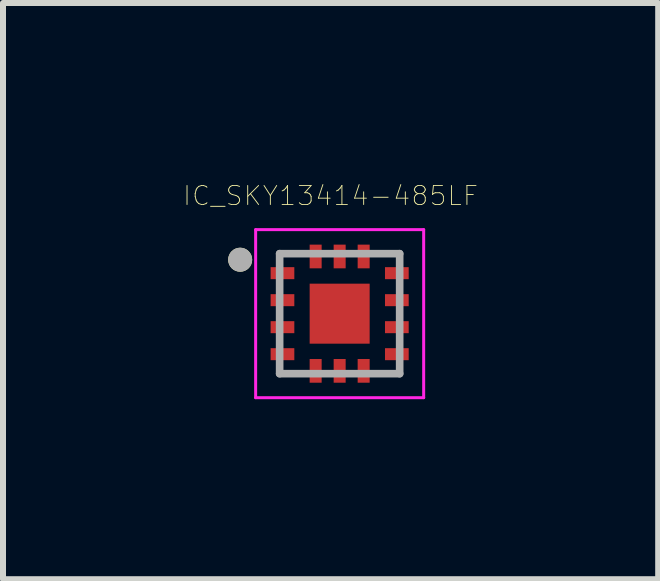
<source format=kicad_pcb>
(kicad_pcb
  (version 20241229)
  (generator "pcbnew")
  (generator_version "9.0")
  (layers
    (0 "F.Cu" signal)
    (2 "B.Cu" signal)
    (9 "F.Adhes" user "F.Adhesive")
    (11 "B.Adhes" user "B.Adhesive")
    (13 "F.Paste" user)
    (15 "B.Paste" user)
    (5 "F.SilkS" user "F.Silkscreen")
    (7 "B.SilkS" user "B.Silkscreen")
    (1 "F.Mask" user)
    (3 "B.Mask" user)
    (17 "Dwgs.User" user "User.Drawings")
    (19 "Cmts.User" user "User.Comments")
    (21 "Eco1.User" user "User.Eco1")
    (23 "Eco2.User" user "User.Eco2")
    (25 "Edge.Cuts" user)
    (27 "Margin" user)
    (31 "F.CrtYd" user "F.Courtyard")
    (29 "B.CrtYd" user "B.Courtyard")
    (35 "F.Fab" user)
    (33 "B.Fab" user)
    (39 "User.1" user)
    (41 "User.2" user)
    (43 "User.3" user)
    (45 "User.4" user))
  (footprint "IC_SKY13414-485LF"
    (layer "F.Cu")
    (at 2.61 2.177)
    (property "Reference" "IC_SKY13414-485LF" (at -0.151 -1.965 0) (layer "F.SilkS") (effects (font (size 0.317 0.317) (thickness 0.015))))
    (attr through_hole)
    (fp_circle (center -1.658 -0.899) (end -1.558 -0.899) (stroke (width 0.2) (type solid)) (fill no) (layer "F.SilkS"))
    (fp_poly (pts (xy -0.35 -0.35) (xy 0.35 -0.35) (xy 0.35 0.35) (xy -0.35 0.35)) (stroke (width 0.01) (type solid)) (fill yes) (layer "F.Paste"))
    (fp_line (start -1.4 -1.4) (end 1.4 -1.4) (stroke (width 0.05) (type solid)) (layer "F.CrtYd"))
    (fp_line (start -1.4 1.4) (end -1.4 -1.4) (stroke (width 0.05) (type solid)) (layer "F.CrtYd"))
    (fp_line (start 1.4 -1.4) (end 1.4 1.4) (stroke (width 0.05) (type solid)) (layer "F.CrtYd"))
    (fp_line (start 1.4 1.4) (end -1.4 1.4) (stroke (width 0.05) (type solid)) (layer "F.CrtYd"))
    (fp_line (start -1 -1) (end 1 -1) (stroke (width 0.127) (type solid)) (layer "F.Fab"))
    (fp_line (start -1 1) (end -1 -1) (stroke (width 0.127) (type solid)) (layer "F.Fab"))
    (fp_line (start 1 -1) (end 1 1) (stroke (width 0.127) (type solid)) (layer "F.Fab"))
    (fp_line (start 1 1) (end -1 1) (stroke (width 0.127) (type solid)) (layer "F.Fab"))
    (fp_circle (center -1.658 -0.899) (end -1.558 -0.899) (stroke (width 0.2) (type solid)) (fill no) (layer "F.Fab"))
    (pad "1" smd rect (at -0.953 -0.675) (size 0.395 0.2) (layers "F.Cu" "F.Mask" "F.Paste"))
    (pad "2" smd rect (at -0.953 -0.225) (size 0.395 0.2) (layers "F.Cu" "F.Mask" "F.Paste"))
    (pad "3" smd rect (at -0.953 0.225) (size 0.395 0.2) (layers "F.Cu" "F.Mask" "F.Paste"))
    (pad "4" smd rect (at -0.953 0.675) (size 0.395 0.2) (layers "F.Cu" "F.Mask" "F.Paste"))
    (pad "5" smd rect (at -0.4 0.953) (size 0.2 0.395) (layers "F.Cu" "F.Mask" "F.Paste"))
    (pad "6" smd rect (at 0 0.953) (size 0.2 0.395) (layers "F.Cu" "F.Mask" "F.Paste"))
    (pad "7" smd rect (at 0.4 0.953) (size 0.2 0.395) (layers "F.Cu" "F.Mask" "F.Paste"))
    (pad "8" smd rect (at 0.953 0.675) (size 0.395 0.2) (layers "F.Cu" "F.Mask" "F.Paste"))
    (pad "9" smd rect (at 0.953 0.225) (size 0.395 0.2) (layers "F.Cu" "F.Mask" "F.Paste"))
    (pad "10" smd rect (at 0.953 -0.225) (size 0.395 0.2) (layers "F.Cu" "F.Mask" "F.Paste"))
    (pad "11" smd rect (at 0.953 -0.675) (size 0.395 0.2) (layers "F.Cu" "F.Mask" "F.Paste"))
    (pad "12" smd rect (at 0.4 -0.953) (size 0.2 0.395) (layers "F.Cu" "F.Mask" "F.Paste"))
    (pad "13" smd rect (at 0 -0.953) (size 0.2 0.395) (layers "F.Cu" "F.Mask" "F.Paste"))
    (pad "14" smd rect (at -0.4 -0.953) (size 0.2 0.395) (layers "F.Cu" "F.Mask" "F.Paste"))
    (pad "15" smd rect (at 0 0) (size 1 1) (layers "F.Cu" "F.Mask")))
  (gr_rect
    (start -3 -3)
    (end 7.918 6.602)
    (stroke (width 0.1) (type default))
    (fill no)
    (layer "Edge.Cuts")))
</source>
